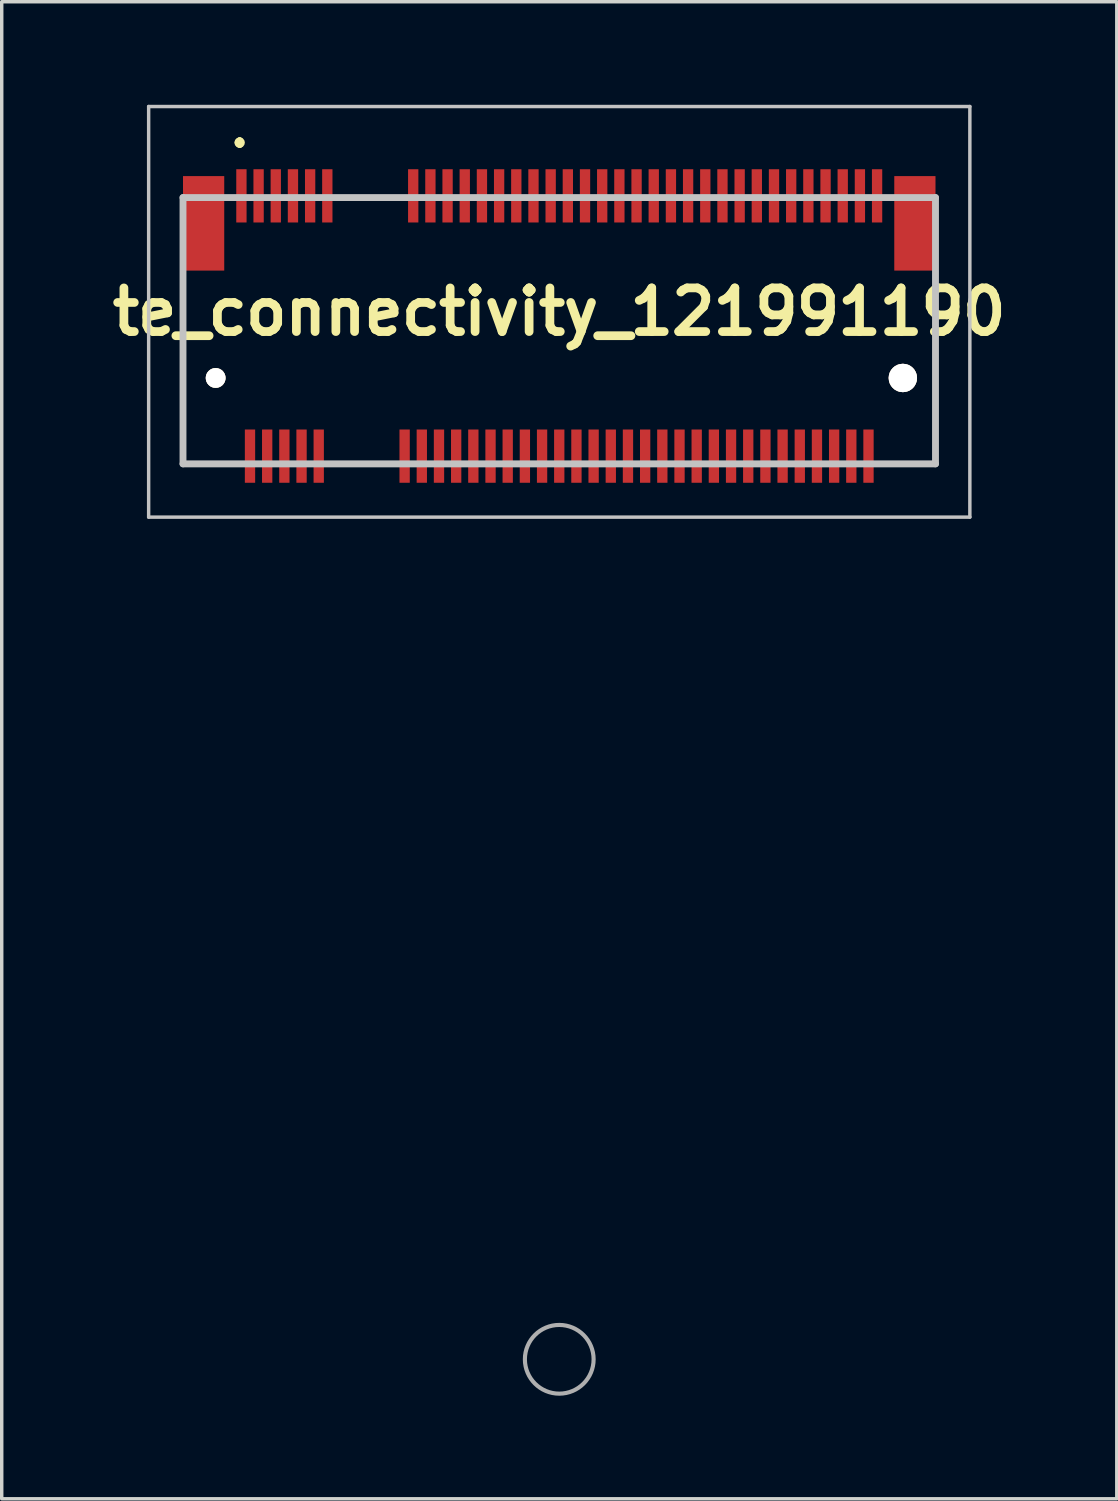
<source format=kicad_pcb>
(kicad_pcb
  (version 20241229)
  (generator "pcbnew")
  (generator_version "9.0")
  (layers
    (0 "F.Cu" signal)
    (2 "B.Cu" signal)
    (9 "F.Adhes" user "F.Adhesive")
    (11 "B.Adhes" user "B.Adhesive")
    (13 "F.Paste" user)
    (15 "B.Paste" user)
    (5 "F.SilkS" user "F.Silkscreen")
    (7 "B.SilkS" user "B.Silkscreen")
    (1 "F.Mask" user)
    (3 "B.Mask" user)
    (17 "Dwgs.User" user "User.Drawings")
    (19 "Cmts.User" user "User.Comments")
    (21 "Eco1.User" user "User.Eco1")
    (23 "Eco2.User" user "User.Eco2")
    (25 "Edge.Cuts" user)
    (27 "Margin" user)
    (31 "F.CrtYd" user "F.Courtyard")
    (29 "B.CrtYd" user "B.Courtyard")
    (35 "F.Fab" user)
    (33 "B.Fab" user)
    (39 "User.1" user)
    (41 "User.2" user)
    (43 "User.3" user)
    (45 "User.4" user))
  (footprint "te_connectivity_121991190"
    (layer "F.Cu")
    (at 13.226 7.95)
    (property "Reference" "te_connectivity_121991190" (at 0 -1.925 0) (layer "F.SilkS") (effects (font (size 1.27 1.27) (thickness 0.254))))
    (attr through_hole)
    (fp_line (start -10.95 -2.5) (end -10.95 -2.5) (stroke (width 0.1) (type solid)) (layer "F.SilkS"))
    (fp_line (start -10.95 -2.5) (end -10.95 2.5) (stroke (width 0.1) (type solid)) (layer "F.SilkS"))
    (fp_line (start -10.95 2.5) (end -10.95 -2.5) (stroke (width 0.1) (type solid)) (layer "F.SilkS"))
    (fp_line (start -10.95 2.5) (end -10.95 2.5) (stroke (width 0.1) (type solid)) (layer "F.SilkS"))
    (fp_line (start -10.95 2.5) (end -10.95 2.5) (stroke (width 0.1) (type solid)) (layer "F.SilkS"))
    (fp_line (start -10.95 2.5) (end -9.75 2.5) (stroke (width 0.1) (type solid)) (layer "F.SilkS"))
    (fp_line (start -9.75 2.5) (end -10.95 2.5) (stroke (width 0.1) (type solid)) (layer "F.SilkS"))
    (fp_line (start -9.75 2.5) (end -9.75 2.5) (stroke (width 0.1) (type solid)) (layer "F.SilkS"))
    (fp_line (start -9.3 -6.9) (end -9.3 -6.9) (stroke (width 0.2) (type solid)) (layer "F.SilkS"))
    (fp_line (start -9.3 -6.9) (end -9.3 -6.9) (stroke (width 0.2) (type solid)) (layer "F.SilkS"))
    (fp_line (start -9.3 -6.8) (end -9.3 -6.8) (stroke (width 0.2) (type solid)) (layer "F.SilkS"))
    (fp_line (start -6.25 2.5) (end -6.25 2.5) (stroke (width 0.1) (type solid)) (layer "F.SilkS"))
    (fp_line (start -6.25 2.5) (end -5.25 2.5) (stroke (width 0.1) (type solid)) (layer "F.SilkS"))
    (fp_line (start -5.25 2.5) (end -6.25 2.5) (stroke (width 0.1) (type solid)) (layer "F.SilkS"))
    (fp_line (start -5.25 2.5) (end -5.25 2.5) (stroke (width 0.1) (type solid)) (layer "F.SilkS"))
    (fp_line (start 9.75 2.5) (end 9.75 2.5) (stroke (width 0.1) (type solid)) (layer "F.SilkS"))
    (fp_line (start 9.75 2.5) (end 10.95 2.5) (stroke (width 0.1) (type solid)) (layer "F.SilkS"))
    (fp_line (start 10.95 -2.5) (end 10.95 -2.5) (stroke (width 0.1) (type solid)) (layer "F.SilkS"))
    (fp_line (start 10.95 -2.5) (end 10.95 -1.5) (stroke (width 0.1) (type solid)) (layer "F.SilkS"))
    (fp_line (start 10.95 -1.5) (end 10.95 -2.5) (stroke (width 0.1) (type solid)) (layer "F.SilkS"))
    (fp_line (start 10.95 -1.5) (end 10.95 -1.5) (stroke (width 0.1) (type solid)) (layer "F.SilkS"))
    (fp_line (start 10.95 1.5) (end 10.95 1.5) (stroke (width 0.1) (type solid)) (layer "F.SilkS"))
    (fp_line (start 10.95 1.5) (end 10.95 2.5) (stroke (width 0.1) (type solid)) (layer "F.SilkS"))
    (fp_line (start 10.95 2.5) (end 9.75 2.5) (stroke (width 0.1) (type solid)) (layer "F.SilkS"))
    (fp_line (start 10.95 2.5) (end 10.95 1.5) (stroke (width 0.1) (type solid)) (layer "F.SilkS"))
    (fp_line (start 10.95 2.5) (end 10.95 2.5) (stroke (width 0.1) (type solid)) (layer "F.SilkS"))
    (fp_line (start 10.95 2.5) (end 10.95 2.5) (stroke (width 0.1) (type solid)) (layer "F.SilkS"))
    (fp_arc (start -9.3 -6.9) (mid -9.25 -6.85) (end -9.3 -6.8) (stroke (width 0.2) (type solid)) (layer "F.SilkS"))
    (fp_arc (start -9.3 -6.8) (mid -9.35 -6.85) (end -9.3 -6.9) (stroke (width 0.2) (type solid)) (layer "F.SilkS"))
    (fp_arc (start -9.3 -6.8) (mid -9.35 -6.85) (end -9.3 -6.9) (stroke (width 0.2) (type solid)) (layer "F.SilkS"))
    (fp_line (start -11.95 -7.9) (end 11.95 -7.9) (stroke (width 0.1) (type solid)) (layer "Dwgs.User"))
    (fp_line (start -11.95 4.05) (end -11.95 -7.9) (stroke (width 0.1) (type solid)) (layer "Dwgs.User"))
    (fp_line (start -10.95 -5.25) (end -10.95 2.5) (stroke (width 0.2) (type solid)) (layer "Dwgs.User"))
    (fp_line (start -10.95 2.5) (end 10.95 2.5) (stroke (width 0.2) (type solid)) (layer "Dwgs.User"))
    (fp_line (start 10.95 -5.25) (end -10.95 -5.25) (stroke (width 0.2) (type solid)) (layer "Dwgs.User"))
    (fp_line (start 10.95 2.5) (end 10.95 -5.25) (stroke (width 0.2) (type solid)) (layer "Dwgs.User"))
    (fp_line (start 11.95 -7.9) (end 11.95 4.05) (stroke (width 0.1) (type solid)) (layer "Dwgs.User"))
    (fp_line (start 11.95 4.05) (end -11.95 4.05) (stroke (width 0.1) (type solid)) (layer "Dwgs.User"))
    (fp_circle (center 0 28.56) (end 1 28.56) (stroke (width 0.12) (type solid)) (fill no) (layer "F.Fab"))
    (pad "1" smd rect (at -9.25 -5.3) (size 0.3 1.55) (layers "F.Cu" "F.Mask" "F.Paste"))
    (pad "2" smd rect (at -9 2.275) (size 0.3 1.55) (layers "F.Cu" "F.Mask" "F.Paste"))
    (pad "3" smd rect (at -8.75 -5.3) (size 0.3 1.55) (layers "F.Cu" "F.Mask" "F.Paste"))
    (pad "4" smd rect (at -8.5 2.275) (size 0.3 1.55) (layers "F.Cu" "F.Mask" "F.Paste"))
    (pad "5" smd rect (at -8.25 -5.3) (size 0.3 1.55) (layers "F.Cu" "F.Mask" "F.Paste"))
    (pad "6" smd rect (at -8 2.275) (size 0.3 1.55) (layers "F.Cu" "F.Mask" "F.Paste"))
    (pad "7" smd rect (at -7.75 -5.3) (size 0.3 1.55) (layers "F.Cu" "F.Mask" "F.Paste"))
    (pad "8" smd rect (at -7.5 2.275) (size 0.3 1.55) (layers "F.Cu" "F.Mask" "F.Paste"))
    (pad "9" smd rect (at -7.25 -5.3) (size 0.3 1.55) (layers "F.Cu" "F.Mask" "F.Paste"))
    (pad "10" smd rect (at -7 2.275) (size 0.3 1.55) (layers "F.Cu" "F.Mask" "F.Paste"))
    (pad "11" smd rect (at -6.75 -5.3) (size 0.3 1.55) (layers "F.Cu" "F.Mask" "F.Paste"))
    (pad "20" smd rect (at -4.5 2.275) (size 0.3 1.55) (layers "F.Cu" "F.Mask" "F.Paste"))
    (pad "21" smd rect (at -4.25 -5.3) (size 0.3 1.55) (layers "F.Cu" "F.Mask" "F.Paste"))
    (pad "22" smd rect (at -4 2.275) (size 0.3 1.55) (layers "F.Cu" "F.Mask" "F.Paste"))
    (pad "23" smd rect (at -3.75 -5.3) (size 0.3 1.55) (layers "F.Cu" "F.Mask" "F.Paste"))
    (pad "24" smd rect (at -3.5 2.275) (size 0.3 1.55) (layers "F.Cu" "F.Mask" "F.Paste"))
    (pad "25" smd rect (at -3.25 -5.3) (size 0.3 1.55) (layers "F.Cu" "F.Mask" "F.Paste"))
    (pad "26" smd rect (at -3 2.275) (size 0.3 1.55) (layers "F.Cu" "F.Mask" "F.Paste"))
    (pad "27" smd rect (at -2.75 -5.3) (size 0.3 1.55) (layers "F.Cu" "F.Mask" "F.Paste"))
    (pad "28" smd rect (at -2.5 2.275) (size 0.3 1.55) (layers "F.Cu" "F.Mask" "F.Paste"))
    (pad "29" smd rect (at -2.25 -5.3) (size 0.3 1.55) (layers "F.Cu" "F.Mask" "F.Paste"))
    (pad "30" smd rect (at -2 2.275) (size 0.3 1.55) (layers "F.Cu" "F.Mask" "F.Paste"))
    (pad "31" smd rect (at -1.75 -5.3) (size 0.3 1.55) (layers "F.Cu" "F.Mask" "F.Paste"))
    (pad "32" smd rect (at -1.5 2.275) (size 0.3 1.55) (layers "F.Cu" "F.Mask" "F.Paste"))
    (pad "33" smd rect (at -1.25 -5.3) (size 0.3 1.55) (layers "F.Cu" "F.Mask" "F.Paste"))
    (pad "34" smd rect (at -1 2.275) (size 0.3 1.55) (layers "F.Cu" "F.Mask" "F.Paste"))
    (pad "35" smd rect (at -0.75 -5.3) (size 0.3 1.55) (layers "F.Cu" "F.Mask" "F.Paste"))
    (pad "36" smd rect (at -0.5 2.275) (size 0.3 1.55) (layers "F.Cu" "F.Mask" "F.Paste"))
    (pad "37" smd rect (at -0.25 -5.3) (size 0.3 1.55) (layers "F.Cu" "F.Mask" "F.Paste"))
    (pad "38" smd rect (at 0 2.275) (size 0.3 1.55) (layers "F.Cu" "F.Mask" "F.Paste"))
    (pad "39" smd rect (at 0.25 -5.3) (size 0.3 1.55) (layers "F.Cu" "F.Mask" "F.Paste"))
    (pad "40" smd rect (at 0.5 2.275) (size 0.3 1.55) (layers "F.Cu" "F.Mask" "F.Paste"))
    (pad "41" smd rect (at 0.75 -5.3) (size 0.3 1.55) (layers "F.Cu" "F.Mask" "F.Paste"))
    (pad "42" smd rect (at 1 2.275) (size 0.3 1.55) (layers "F.Cu" "F.Mask" "F.Paste"))
    (pad "43" smd rect (at 1.25 -5.3) (size 0.3 1.55) (layers "F.Cu" "F.Mask" "F.Paste"))
    (pad "44" smd rect (at 1.5 2.275) (size 0.3 1.55) (layers "F.Cu" "F.Mask" "F.Paste"))
    (pad "45" smd rect (at 1.75 -5.3) (size 0.3 1.55) (layers "F.Cu" "F.Mask" "F.Paste"))
    (pad "46" smd rect (at 2 2.275) (size 0.3 1.55) (layers "F.Cu" "F.Mask" "F.Paste"))
    (pad "47" smd rect (at 2.25 -5.3) (size 0.3 1.55) (layers "F.Cu" "F.Mask" "F.Paste"))
    (pad "48" smd rect (at 2.5 2.275) (size 0.3 1.55) (layers "F.Cu" "F.Mask" "F.Paste"))
    (pad "49" smd rect (at 2.75 -5.3) (size 0.3 1.55) (layers "F.Cu" "F.Mask" "F.Paste"))
    (pad "50" smd rect (at 3 2.275) (size 0.3 1.55) (layers "F.Cu" "F.Mask" "F.Paste"))
    (pad "51" smd rect (at 3.25 -5.3) (size 0.3 1.55) (layers "F.Cu" "F.Mask" "F.Paste"))
    (pad "52" smd rect (at 3.5 2.275) (size 0.3 1.55) (layers "F.Cu" "F.Mask" "F.Paste"))
    (pad "53" smd rect (at 3.75 -5.3) (size 0.3 1.55) (layers "F.Cu" "F.Mask" "F.Paste"))
    (pad "54" smd rect (at 4 2.275) (size 0.3 1.55) (layers "F.Cu" "F.Mask" "F.Paste"))
    (pad "55" smd rect (at 4.25 -5.3) (size 0.3 1.55) (layers "F.Cu" "F.Mask" "F.Paste"))
    (pad "56" smd rect (at 4.5 2.275) (size 0.3 1.55) (layers "F.Cu" "F.Mask" "F.Paste"))
    (pad "57" smd rect (at 4.75 -5.3) (size 0.3 1.55) (layers "F.Cu" "F.Mask" "F.Paste"))
    (pad "58" smd rect (at 5 2.275) (size 0.3 1.55) (layers "F.Cu" "F.Mask" "F.Paste"))
    (pad "59" smd rect (at 5.25 -5.3) (size 0.3 1.55) (layers "F.Cu" "F.Mask" "F.Paste"))
    (pad "60" smd rect (at 5.5 2.275) (size 0.3 1.55) (layers "F.Cu" "F.Mask" "F.Paste"))
    (pad "61" smd rect (at 5.75 -5.3) (size 0.3 1.55) (layers "F.Cu" "F.Mask" "F.Paste"))
    (pad "62" smd rect (at 6 2.275) (size 0.3 1.55) (layers "F.Cu" "F.Mask" "F.Paste"))
    (pad "63" smd rect (at 6.25 -5.3) (size 0.3 1.55) (layers "F.Cu" "F.Mask" "F.Paste"))
    (pad "64" smd rect (at 6.5 2.275) (size 0.3 1.55) (layers "F.Cu" "F.Mask" "F.Paste"))
    (pad "65" smd rect (at 6.75 -5.3) (size 0.3 1.55) (layers "F.Cu" "F.Mask" "F.Paste"))
    (pad "66" smd rect (at 7 2.275) (size 0.3 1.55) (layers "F.Cu" "F.Mask" "F.Paste"))
    (pad "67" smd rect (at 7.25 -5.3) (size 0.3 1.55) (layers "F.Cu" "F.Mask" "F.Paste"))
    (pad "68" smd rect (at 7.5 2.275) (size 0.3 1.55) (layers "F.Cu" "F.Mask" "F.Paste"))
    (pad "69" smd rect (at 7.75 -5.3) (size 0.3 1.55) (layers "F.Cu" "F.Mask" "F.Paste"))
    (pad "70" smd rect (at 8 2.275) (size 0.3 1.55) (layers "F.Cu" "F.Mask" "F.Paste"))
    (pad "71" smd rect (at 8.25 -5.3) (size 0.3 1.55) (layers "F.Cu" "F.Mask" "F.Paste"))
    (pad "72" smd rect (at 8.5 2.275) (size 0.3 1.55) (layers "F.Cu" "F.Mask" "F.Paste"))
    (pad "73" smd rect (at 8.75 -5.3) (size 0.3 1.55) (layers "F.Cu" "F.Mask" "F.Paste"))
    (pad "74" smd rect (at 9 2.275) (size 0.3 1.55) (layers "F.Cu" "F.Mask" "F.Paste"))
    (pad "75" smd rect (at 9.25 -5.3) (size 0.3 1.55) (layers "F.Cu" "F.Mask" "F.Paste"))
    (pad "MH1" thru_hole circle (at -10 0 90) (size 0.575 0.575) (drill 1.15) (layers "*.Cu" "*.Mask" "F.SilkS"))
    (pad "MH2" thru_hole circle (at 10 0 90) (size 0.825 0.825) (drill 1.65) (layers "*.Cu" "*.Mask" "F.SilkS"))
    (pad "MP1" smd rect (at -10.35 -4.5) (size 1.2 2.75) (layers "F.Cu" "F.Mask" "F.Paste"))
    (pad "MP2" smd rect (at 10.35 -4.5) (size 1.2 2.75) (layers "F.Cu" "F.Mask" "F.Paste")))
  (gr_rect
    (start -3 -3)
    (end 29.452 40.57)
    (stroke (width 0.1) (type default))
    (fill no)
    (layer "Edge.Cuts")))
</source>
